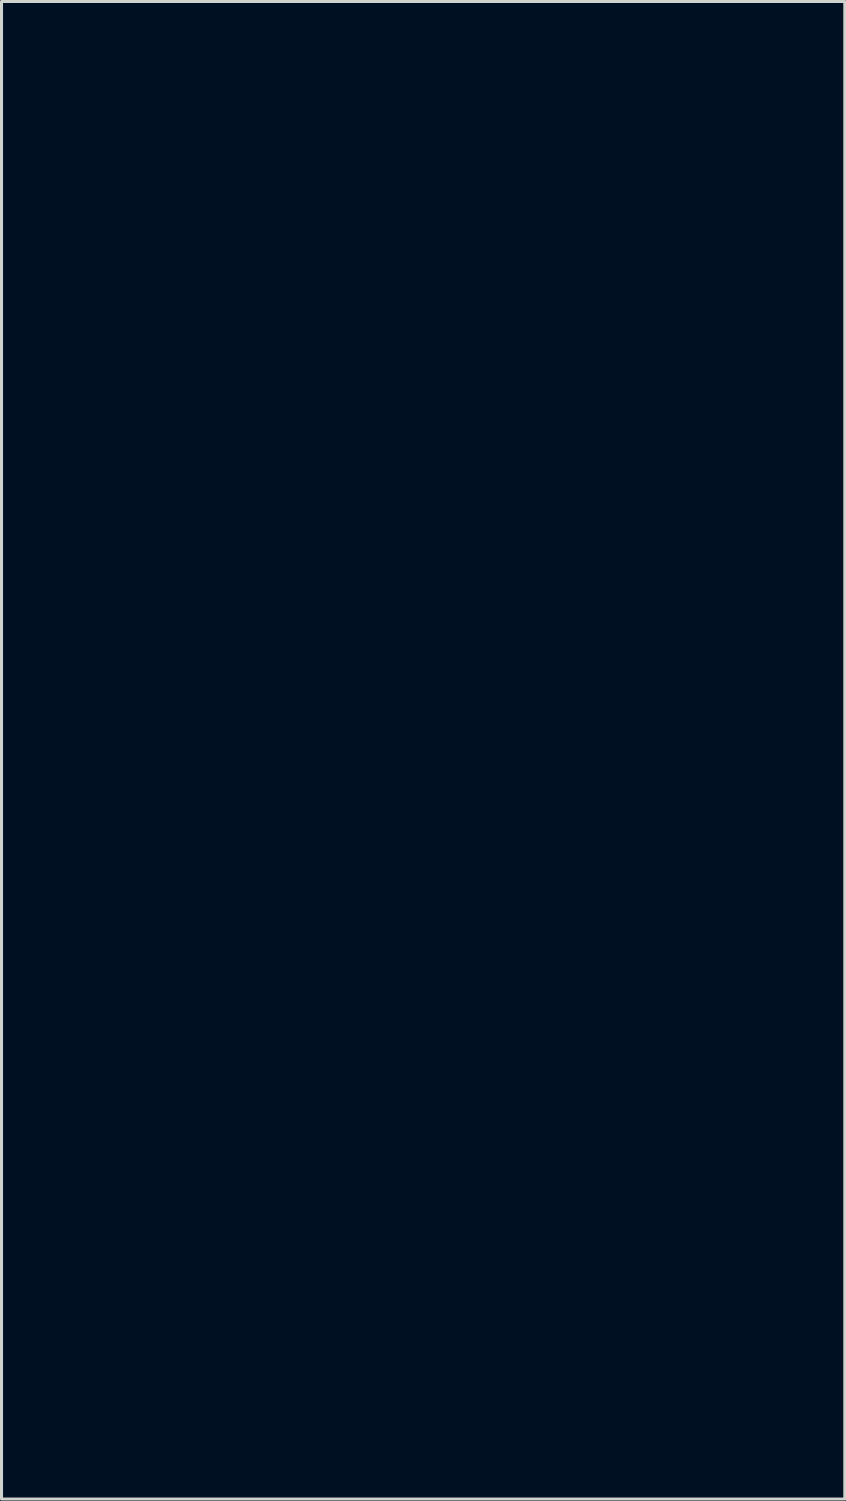
<source format=kicad_pcb>
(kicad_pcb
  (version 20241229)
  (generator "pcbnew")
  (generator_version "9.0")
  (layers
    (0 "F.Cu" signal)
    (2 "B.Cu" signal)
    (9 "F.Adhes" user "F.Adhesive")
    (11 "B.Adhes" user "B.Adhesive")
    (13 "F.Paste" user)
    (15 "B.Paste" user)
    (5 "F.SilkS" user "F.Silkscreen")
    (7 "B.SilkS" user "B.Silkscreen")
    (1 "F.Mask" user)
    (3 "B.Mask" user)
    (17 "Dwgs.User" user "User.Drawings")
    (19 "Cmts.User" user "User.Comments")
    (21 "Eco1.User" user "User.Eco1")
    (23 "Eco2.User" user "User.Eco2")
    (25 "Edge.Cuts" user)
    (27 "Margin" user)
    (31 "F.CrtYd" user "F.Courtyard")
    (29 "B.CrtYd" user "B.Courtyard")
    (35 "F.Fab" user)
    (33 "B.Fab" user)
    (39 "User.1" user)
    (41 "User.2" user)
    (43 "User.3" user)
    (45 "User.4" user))
  (footprint "LlamaWhiteSilk"
    (layer "F.Cu")
    (at 10.893 21.681)
    (property "Reference" "LlamaWhiteSilk" (at 0 0 0) (layer "F.Mask") (effects (font (size 1.524 1.524) (thickness 0.3))))
    (attr through_hole)
    (fp_poly (pts (xy -0.244 -21.676) (xy -0.168 -21.674) (xy -0.098 -21.671) (xy -0.037 -21.667) (xy 0.002 -21.663) (xy 0.18 -21.629) (xy 0.355 -21.58) (xy 0.525 -21.515) (xy 0.689 -21.435) (xy 0.846 -21.34) (xy 0.994 -21.232) (xy 1.132 -21.111) (xy 1.16 -21.084) (xy 1.281 -20.955) (xy 1.386 -20.822) (xy 1.478 -20.682) (xy 1.557 -20.538) (xy 1.609 -20.433) (xy 1.7 -20.492) (xy 1.758 -20.528) (xy 1.827 -20.567) (xy 1.903 -20.606) (xy 1.98 -20.644) (xy 2.053 -20.677) (xy 2.118 -20.703) (xy 2.124 -20.706) (xy 2.296 -20.76) (xy 2.473 -20.798) (xy 2.653 -20.821) (xy 2.835 -20.827) (xy 3.018 -20.818) (xy 3.199 -20.793) (xy 3.379 -20.753) (xy 3.479 -20.722) (xy 3.647 -20.658) (xy 3.809 -20.579) (xy 3.963 -20.485) (xy 4.11 -20.378) (xy 4.246 -20.259) (xy 4.373 -20.128) (xy 4.487 -19.987) (xy 4.589 -19.836) (xy 4.671 -19.688) (xy 4.723 -19.576) (xy 4.769 -19.459) (xy 4.808 -19.342) (xy 4.838 -19.23) (xy 4.844 -19.202) (xy 4.851 -19.173) (xy 4.857 -19.158) (xy 4.865 -19.151) (xy 4.876 -19.151) (xy 4.891 -19.152) (xy 4.92 -19.154) (xy 4.959 -19.157) (xy 5.003 -19.161) (xy 5.015 -19.162) (xy 5.115 -19.166) (xy 5.223 -19.164) (xy 5.335 -19.157) (xy 5.443 -19.145) (xy 5.492 -19.137) (xy 5.673 -19.098) (xy 5.847 -19.042) (xy 6.015 -18.973) (xy 6.175 -18.889) (xy 6.327 -18.793) (xy 6.469 -18.684) (xy 6.601 -18.563) (xy 6.722 -18.431) (xy 6.832 -18.289) (xy 6.929 -18.137) (xy 7.012 -17.976) (xy 7.082 -17.807) (xy 7.1 -17.754) (xy 7.138 -17.628) (xy 7.166 -17.51) (xy 7.186 -17.393) (xy 7.198 -17.274) (xy 7.203 -17.145) (xy 7.204 -17.101) (xy 7.196 -16.912) (xy 7.173 -16.729) (xy 7.134 -16.552) (xy 7.079 -16.38) (xy 7.008 -16.214) (xy 6.921 -16.051) (xy 6.818 -15.893) (xy 6.747 -15.798) (xy 6.708 -15.751) (xy 6.658 -15.698) (xy 6.602 -15.641) (xy 6.542 -15.584) (xy 6.482 -15.53) (xy 6.426 -15.482) (xy 6.39 -15.454) (xy 6.236 -15.348) (xy 6.08 -15.259) (xy 5.919 -15.185) (xy 5.753 -15.126) (xy 5.58 -15.081) (xy 5.399 -15.051) (xy 5.28 -15.039) (xy 5.148 -15.029) (xy 5.143 -14.939) (xy 5.123 -14.745) (xy 5.087 -14.559) (xy 5.037 -14.38) (xy 4.971 -14.208) (xy 4.891 -14.043) (xy 4.843 -13.962) (xy 4.739 -13.807) (xy 4.622 -13.664) (xy 4.493 -13.531) (xy 4.353 -13.411) (xy 4.204 -13.304) (xy 4.045 -13.21) (xy 3.893 -13.137) (xy 3.72 -13.072) (xy 3.543 -13.023) (xy 3.365 -12.99) (xy 3.185 -12.973) (xy 3.005 -12.971) (xy 2.826 -12.986) (xy 2.65 -13.015) (xy 2.476 -13.06) (xy 2.306 -13.12) (xy 2.141 -13.195) (xy 1.982 -13.285) (xy 1.831 -13.39) (xy 1.702 -13.495) (xy 1.639 -13.551) (xy 1.604 -13.468) (xy 1.526 -13.304) (xy 1.433 -13.149) (xy 1.328 -13.002) (xy 1.21 -12.866) (xy 1.081 -12.741) (xy 0.943 -12.626) (xy 0.795 -12.525) (xy 0.639 -12.436) (xy 0.476 -12.362) (xy 0.307 -12.302) (xy 0.144 -12.26) (xy 0.054 -12.244) (xy -0.044 -12.231) (xy -0.148 -12.222) (xy -0.252 -12.217) (xy -0.352 -12.215) (xy -0.443 -12.218) (xy -0.491 -12.222) (xy -0.68 -12.25) (xy -0.863 -12.293) (xy -1.04 -12.353) (xy -1.21 -12.427) (xy -1.373 -12.517) (xy -1.528 -12.622) (xy -1.532 -12.625) (xy -1.584 -12.666) (xy -1.643 -12.717) (xy -1.704 -12.773) (xy -1.766 -12.833) (xy -1.822 -12.89) (xy -1.87 -12.943) (xy -1.884 -12.959) (xy -1.944 -13.036) (xy -2.005 -13.124) (xy -2.064 -13.219) (xy -2.119 -13.316) (xy -2.169 -13.413) (xy -2.21 -13.504) (xy -2.23 -13.555) (xy -2.242 -13.589) (xy -2.253 -13.619) (xy -2.26 -13.639) (xy -2.261 -13.643) (xy -2.265 -13.649) (xy -2.269 -13.651) (xy -2.278 -13.648) (xy -2.291 -13.638) (xy -2.312 -13.62) (xy -2.341 -13.592) (xy -2.377 -13.558) (xy -2.519 -13.431) (xy -2.67 -13.319) (xy -2.827 -13.223) (xy -2.992 -13.142) (xy -3.164 -13.076) (xy -3.344 -13.025) (xy -3.531 -12.99) (xy -3.553 -12.986) (xy -3.632 -12.978) (xy -3.723 -12.974) (xy -3.82 -12.973) (xy -3.918 -12.975) (xy -4.011 -12.98) (xy -4.095 -12.989) (xy -4.112 -12.991) (xy -4.298 -13.027) (xy -4.477 -13.079) (xy -4.65 -13.146) (xy -4.815 -13.227) (xy -4.971 -13.323) (xy -5.119 -13.432) (xy -5.256 -13.555) (xy -5.383 -13.69) (xy -5.499 -13.838) (xy -5.546 -13.906) (xy -5.588 -13.974) (xy -5.631 -14.052) (xy -5.674 -14.135) (xy -5.713 -14.219) (xy -5.747 -14.299) (xy -5.77 -14.364) (xy -5.811 -14.497) (xy -5.841 -14.625) (xy -5.862 -14.753) (xy -5.875 -14.887) (xy -5.88 -14.971) (xy -5.882 -15.024) (xy -5.884 -15.062) (xy -5.885 -15.088) (xy -5.888 -15.104) (xy -5.891 -15.112) (xy -5.896 -15.115) (xy -5.902 -15.114) (xy -5.903 -15.114) (xy -5.918 -15.11) (xy -5.945 -15.104) (xy -5.981 -15.095) (xy -6.014 -15.088) (xy -6.099 -15.069) (xy -6.178 -15.055) (xy -6.257 -15.046) (xy -6.339 -15.04) (xy -6.431 -15.037) (xy -6.479 -15.037) (xy -6.564 -15.038) (xy -6.638 -15.04) (xy -6.705 -15.045) (xy -6.769 -15.053) (xy -6.838 -15.064) (xy -6.914 -15.079) (xy -6.919 -15.08) (xy -7.094 -15.125) (xy -7.263 -15.185) (xy -7.426 -15.261) (xy -7.582 -15.35) (xy -7.73 -15.453) (xy -7.868 -15.568) (xy -7.997 -15.695) (xy -8.114 -15.832) (xy -8.22 -15.98) (xy -8.312 -16.137) (xy -8.341 -16.196) (xy -8.413 -16.363) (xy -8.47 -16.535) (xy -8.511 -16.711) (xy -8.537 -16.89) (xy -8.547 -17.07) (xy -8.542 -17.25) (xy -8.522 -17.429) (xy -8.487 -17.605) (xy -8.436 -17.778) (xy -8.37 -17.945) (xy -8.294 -18.096) (xy -8.224 -18.215) (xy -8.148 -18.324) (xy -8.065 -18.429) (xy -7.97 -18.533) (xy -7.961 -18.543) (xy -7.824 -18.671) (xy -7.678 -18.786) (xy -7.522 -18.886) (xy -7.358 -18.973) (xy -7.186 -19.044) (xy -7.016 -19.098) (xy -6.874 -19.13) (xy -6.724 -19.152) (xy -6.569 -19.164) (xy -6.415 -19.165) (xy -6.265 -19.156) (xy -6.145 -19.14) (xy -6.109 -19.133) (xy -6.065 -19.125) (xy -6.019 -19.114) (xy -5.975 -19.104) (xy -5.935 -19.095) (xy -5.905 -19.087) (xy -5.889 -19.082) (xy -5.88 -19.081) (xy -5.875 -19.091) (xy -5.87 -19.113) (xy -5.87 -19.117) (xy -5.841 -19.296) (xy -5.801 -19.463) (xy -5.75 -19.62) (xy -5.686 -19.771) (xy -5.61 -19.917) (xy -5.545 -20.022) (xy -5.489 -20.105) (xy -5.435 -20.177) (xy -5.379 -20.244) (xy -5.317 -20.311) (xy -5.278 -20.352) (xy -5.137 -20.48) (xy -4.989 -20.594) (xy -4.834 -20.693) (xy -4.671 -20.776) (xy -4.502 -20.843) (xy -4.327 -20.896) (xy -4.147 -20.932) (xy -3.961 -20.952) (xy -3.817 -20.956) (xy -3.683 -20.953) (xy -3.559 -20.943) (xy -3.439 -20.925) (xy -3.32 -20.899) (xy -3.245 -20.879) (xy -3.069 -20.82) (xy -2.901 -20.746) (xy -2.741 -20.657) (xy -2.588 -20.553) (xy -2.443 -20.434) (xy -2.364 -20.36) (xy -2.261 -20.258) (xy -2.226 -20.351) (xy -2.151 -20.522) (xy -2.062 -20.685) (xy -1.959 -20.839) (xy -1.84 -20.985) (xy -1.725 -21.105) (xy -1.586 -21.229) (xy -1.437 -21.338) (xy -1.279 -21.434) (xy -1.114 -21.514) (xy -0.942 -21.58) (xy -0.762 -21.63) (xy -0.58 -21.664) (xy -0.531 -21.669) (xy -0.47 -21.672) (xy -0.399 -21.675) (xy -0.322 -21.676) (xy -0.244 -21.676)) (stroke (width 0.01) (type solid)) (fill yes) (layer "F.Mask"))
    (fp_poly (pts (xy -8.646 -2.878) (xy -8.454 -2.857) (xy -8.268 -2.82) (xy -8.089 -2.767) (xy -7.915 -2.699) (xy -7.748 -2.615) (xy -7.587 -2.515) (xy -7.504 -2.455) (xy -7.448 -2.411) (xy -7.387 -2.357) (xy -7.322 -2.297) (xy -7.259 -2.234) (xy -7.2 -2.173) (xy -7.15 -2.116) (xy -7.135 -2.098) (xy -7.033 -1.96) (xy -6.942 -1.813) (xy -6.862 -1.659) (xy -6.796 -1.502) (xy -6.75 -1.363) (xy -6.727 -1.282) (xy -6.616 -1.392) (xy -6.474 -1.521) (xy -6.325 -1.635) (xy -6.168 -1.734) (xy -6.003 -1.818) (xy -5.829 -1.888) (xy -5.648 -1.943) (xy -5.485 -1.978) (xy -5.446 -1.985) (xy -5.411 -1.99) (xy -5.378 -1.994) (xy -5.343 -1.997) (xy -5.303 -1.999) (xy -5.255 -2) (xy -5.196 -2.001) (xy -5.138 -2.001) (xy -5.05 -2.001) (xy -4.975 -1.999) (xy -4.91 -1.996) (xy -4.851 -1.991) (xy -4.794 -1.983) (xy -4.735 -1.972) (xy -4.672 -1.958) (xy -4.623 -1.947) (xy -4.443 -1.894) (xy -4.27 -1.825) (xy -4.104 -1.742) (xy -3.946 -1.646) (xy -3.797 -1.535) (xy -3.658 -1.412) (xy -3.53 -1.278) (xy -3.414 -1.132) (xy -3.331 -1.007) (xy -3.278 -0.915) (xy -3.227 -0.813) (xy -3.179 -0.706) (xy -3.137 -0.598) (xy -3.101 -0.492) (xy -3.074 -0.394) (xy -3.067 -0.361) (xy -3.052 -0.287) (xy -2.992 -0.294) (xy -2.967 -0.296) (xy -2.927 -0.297) (xy -2.878 -0.299) (xy -2.821 -0.3) (xy -2.76 -0.3) (xy -2.725 -0.3) (xy -2.655 -0.3) (xy -2.598 -0.299) (xy -2.551 -0.297) (xy -2.511 -0.294) (xy -2.475 -0.29) (xy -2.438 -0.285) (xy -2.41 -0.28) (xy -2.221 -0.239) (xy -2.04 -0.182) (xy -1.867 -0.111) (xy -1.702 -0.024) (xy -1.545 0.077) (xy -1.396 0.193) (xy -1.296 0.283) (xy -1.24 0.339) (xy -1.183 0.401) (xy -1.128 0.465) (xy -1.077 0.527) (xy -1.035 0.583) (xy -1.024 0.599) (xy -1.008 0.622) (xy -0.996 0.638) (xy -0.99 0.643) (xy -0.983 0.637) (xy -0.969 0.62) (xy -0.952 0.6) (xy -0.923 0.566) (xy -0.884 0.524) (xy -0.839 0.478) (xy -0.79 0.43) (xy -0.741 0.384) (xy -0.695 0.344) (xy -0.664 0.318) (xy -0.516 0.208) (xy -0.362 0.113) (xy -0.203 0.033) (xy -0.035 -0.033) (xy 0.141 -0.086) (xy 0.327 -0.126) (xy 0.394 -0.137) (xy 0.441 -0.142) (xy 0.501 -0.145) (xy 0.57 -0.148) (xy 0.645 -0.148) (xy 0.722 -0.148) (xy 0.797 -0.146) (xy 0.866 -0.142) (xy 0.926 -0.137) (xy 0.965 -0.133) (xy 1.114 -0.104) (xy 1.263 -0.065) (xy 1.409 -0.017) (xy 1.546 0.039) (xy 1.667 0.099) (xy 1.723 0.132) (xy 1.787 0.173) (xy 1.854 0.218) (xy 1.92 0.264) (xy 1.979 0.308) (xy 2.017 0.338) (xy 2.049 0.364) (xy 2.075 0.385) (xy 2.094 0.399) (xy 2.102 0.405) (xy 2.103 0.405) (xy 2.106 0.396) (xy 2.114 0.375) (xy 2.124 0.346) (xy 2.128 0.335) (xy 2.166 0.243) (xy 2.214 0.143) (xy 2.27 0.04) (xy 2.332 -0.062) (xy 2.398 -0.16) (xy 2.46 -0.241) (xy 2.581 -0.379) (xy 2.714 -0.505) (xy 2.858 -0.62) (xy 3.011 -0.722) (xy 3.173 -0.811) (xy 3.341 -0.886) (xy 3.515 -0.945) (xy 3.588 -0.965) (xy 3.771 -1.002) (xy 3.954 -1.022) (xy 4.138 -1.027) (xy 4.32 -1.016) (xy 4.501 -0.99) (xy 4.677 -0.948) (xy 4.85 -0.892) (xy 5.017 -0.821) (xy 5.177 -0.735) (xy 5.33 -0.636) (xy 5.474 -0.523) (xy 5.557 -0.447) (xy 5.643 -0.364) (xy 5.649 -0.446) (xy 5.671 -0.642) (xy 5.708 -0.831) (xy 5.76 -1.013) (xy 5.828 -1.188) (xy 5.911 -1.356) (xy 6.008 -1.516) (xy 6.121 -1.669) (xy 6.123 -1.672) (xy 6.162 -1.716) (xy 6.21 -1.768) (xy 6.263 -1.822) (xy 6.318 -1.877) (xy 6.372 -1.927) (xy 6.421 -1.97) (xy 6.445 -1.99) (xy 6.598 -2.101) (xy 6.76 -2.196) (xy 6.929 -2.277) (xy 7.107 -2.344) (xy 7.291 -2.395) (xy 7.457 -2.427) (xy 7.513 -2.433) (xy 7.583 -2.438) (xy 7.661 -2.441) (xy 7.744 -2.442) (xy 7.828 -2.442) (xy 7.909 -2.439) (xy 7.983 -2.435) (xy 8.045 -2.429) (xy 8.066 -2.426) (xy 8.257 -2.388) (xy 8.44 -2.336) (xy 8.614 -2.269) (xy 8.781 -2.187) (xy 8.939 -2.09) (xy 9.089 -1.978) (xy 9.232 -1.851) (xy 9.289 -1.793) (xy 9.414 -1.651) (xy 9.524 -1.501) (xy 9.62 -1.341) (xy 9.701 -1.174) (xy 9.768 -0.998) (xy 9.819 -0.814) (xy 9.856 -0.622) (xy 9.857 -0.614) (xy 9.863 -0.56) (xy 9.868 -0.495) (xy 9.871 -0.422) (xy 9.872 -0.345) (xy 9.872 -0.269) (xy 9.87 -0.196) (xy 9.867 -0.133) (xy 9.862 -0.082) (xy 9.862 -0.08) (xy 9.827 0.112) (xy 9.777 0.297) (xy 9.713 0.474) (xy 9.635 0.643) (xy 9.543 0.803) (xy 9.438 0.954) (xy 9.383 1.022) (xy 9.31 1.108) (xy 9.376 1.158) (xy 9.521 1.28) (xy 9.654 1.413) (xy 9.773 1.556) (xy 9.879 1.709) (xy 9.972 1.87) (xy 10.049 2.04) (xy 10.112 2.217) (xy 10.16 2.401) (xy 10.188 2.552) (xy 10.193 2.604) (xy 10.198 2.669) (xy 10.201 2.742) (xy 10.202 2.818) (xy 10.202 2.895) (xy 10.201 2.967) (xy 10.198 3.032) (xy 10.193 3.084) (xy 10.192 3.094) (xy 10.157 3.287) (xy 10.108 3.471) (xy 10.045 3.646) (xy 9.967 3.814) (xy 9.874 3.974) (xy 9.766 4.127) (xy 9.689 4.222) (xy 9.621 4.3) (xy 9.673 4.41) (xy 9.745 4.579) (xy 9.8 4.752) (xy 9.84 4.93) (xy 9.865 5.11) (xy 9.874 5.291) (xy 9.868 5.472) (xy 9.847 5.653) (xy 9.811 5.83) (xy 9.759 6.004) (xy 9.693 6.173) (xy 9.611 6.335) (xy 9.576 6.395) (xy 9.559 6.424) (xy 9.546 6.446) (xy 9.539 6.459) (xy 9.539 6.461) (xy 9.544 6.468) (xy 9.559 6.485) (xy 9.582 6.509) (xy 9.607 6.536) (xy 9.733 6.676) (xy 9.844 6.826) (xy 9.941 6.983) (xy 10.023 7.148) (xy 10.09 7.318) (xy 10.142 7.494) (xy 10.179 7.674) (xy 10.2 7.858) (xy 10.205 8.044) (xy 10.194 8.231) (xy 10.169 8.401) (xy 10.127 8.582) (xy 10.069 8.757) (xy 9.995 8.928) (xy 9.905 9.092) (xy 9.799 9.252) (xy 9.759 9.307) (xy 9.693 9.392) (xy 9.743 9.468) (xy 9.771 9.513) (xy 9.804 9.571) (xy 9.838 9.636) (xy 9.873 9.704) (xy 9.905 9.773) (xy 9.933 9.836) (xy 9.956 9.891) (xy 9.957 9.896) (xy 9.987 9.986) (xy 10.015 10.086) (xy 10.039 10.191) (xy 10.056 10.279) (xy 10.064 10.34) (xy 10.071 10.413) (xy 10.076 10.495) (xy 10.079 10.579) (xy 10.08 10.663) (xy 10.078 10.74) (xy 10.074 10.808) (xy 10.073 10.826) (xy 10.045 11.013) (xy 10.001 11.196) (xy 9.941 11.374) (xy 9.866 11.545) (xy 9.847 11.583) (xy 9.831 11.616) (xy 9.819 11.641) (xy 9.812 11.654) (xy 9.811 11.656) (xy 9.817 11.662) (xy 9.834 11.675) (xy 9.859 11.691) (xy 9.871 11.698) (xy 9.959 11.756) (xy 10.051 11.826) (xy 10.145 11.904) (xy 10.237 11.989) (xy 10.324 12.076) (xy 10.402 12.164) (xy 10.455 12.23) (xy 10.562 12.387) (xy 10.655 12.551) (xy 10.731 12.722) (xy 10.792 12.899) (xy 10.837 13.082) (xy 10.864 13.245) (xy 10.87 13.307) (xy 10.873 13.382) (xy 10.875 13.464) (xy 10.874 13.55) (xy 10.872 13.634) (xy 10.867 13.714) (xy 10.861 13.785) (xy 10.855 13.83) (xy 10.828 13.966) (xy 10.791 14.106) (xy 10.745 14.244) (xy 10.706 14.34) (xy 10.688 14.379) (xy 10.665 14.427) (xy 10.639 14.478) (xy 10.612 14.528) (xy 10.588 14.572) (xy 10.568 14.607) (xy 10.566 14.61) (xy 10.56 14.62) (xy 10.558 14.63) (xy 10.561 14.642) (xy 10.571 14.661) (xy 10.587 14.688) (xy 10.599 14.708) (xy 10.686 14.864) (xy 10.76 15.03) (xy 10.82 15.204) (xy 10.866 15.384) (xy 10.893 15.542) (xy 10.896 15.581) (xy 10.899 15.633) (xy 10.901 15.695) (xy 10.901 15.763) (xy 10.901 15.835) (xy 10.9 15.905) (xy 10.898 15.972) (xy 10.895 16.031) (xy 10.892 16.079) (xy 10.889 16.102) (xy 10.854 16.29) (xy 10.803 16.472) (xy 10.737 16.647) (xy 10.655 16.815) (xy 10.558 16.976) (xy 10.446 17.13) (xy 10.318 17.276) (xy 10.314 17.281) (xy 10.24 17.359) (xy 10.317 17.437) (xy 10.436 17.571) (xy 10.544 17.717) (xy 10.64 17.872) (xy 10.722 18.034) (xy 10.789 18.201) (xy 10.83 18.332) (xy 10.848 18.398) (xy 10.862 18.455) (xy 10.874 18.506) (xy 10.882 18.555) (xy 10.888 18.604) (xy 10.893 18.657) (xy 10.895 18.716) (xy 10.897 18.785) (xy 10.897 18.867) (xy 10.897 18.9) (xy 10.897 18.979) (xy 10.897 19.044) (xy 10.896 19.097) (xy 10.894 19.14) (xy 10.892 19.176) (xy 10.889 19.207) (xy 10.885 19.235) (xy 10.882 19.251) (xy 10.84 19.438) (xy 10.784 19.616) (xy 10.714 19.787) (xy 10.689 19.839) (xy 10.618 19.972) (xy 10.544 20.092) (xy 10.461 20.205) (xy 10.367 20.314) (xy 10.306 20.38) (xy 10.166 20.511) (xy 10.018 20.627) (xy 9.861 20.729) (xy 9.697 20.816) (xy 9.524 20.888) (xy 9.345 20.945) (xy 9.158 20.986) (xy 9.107 20.994) (xy 9.042 21.002) (xy 8.966 21.008) (xy 8.882 21.012) (xy 8.796 21.014) (xy 8.714 21.014) (xy 8.639 21.011) (xy 8.603 21.008) (xy 8.415 20.982) (xy 8.232 20.94) (xy 8.054 20.883) (xy 7.882 20.809) (xy 7.717 20.721) (xy 7.559 20.617) (xy 7.409 20.499) (xy 7.389 20.482) (xy 7.32 20.421) (xy 7.234 20.506) (xy 7.175 20.563) (xy 7.124 20.61) (xy 7.077 20.65) (xy 7.03 20.688) (xy 6.979 20.725) (xy 6.928 20.759) (xy 6.773 20.854) (xy 6.612 20.934) (xy 6.445 21) (xy 6.27 21.052) (xy 6.085 21.091) (xy 6.022 21.102) (xy 5.981 21.106) (xy 5.926 21.109) (xy 5.862 21.111) (xy 5.793 21.113) (xy 5.721 21.113) (xy 5.651 21.112) (xy 5.586 21.109) (xy 5.529 21.106) (xy 5.486 21.102) (xy 5.485 21.102) (xy 5.294 21.067) (xy 5.11 21.017) (xy 4.933 20.951) (xy 4.764 20.87) (xy 4.602 20.775) (xy 4.449 20.664) (xy 4.304 20.539) (xy 4.283 20.52) (xy 4.183 20.423) (xy 4.136 20.506) (xy 4.036 20.666) (xy 3.922 20.815) (xy 3.797 20.953) (xy 3.661 21.079) (xy 3.515 21.193) (xy 3.36 21.293) (xy 3.196 21.38) (xy 3.024 21.452) (xy 2.845 21.509) (xy 2.751 21.532) (xy 2.667 21.549) (xy 2.589 21.561) (xy 2.509 21.57) (xy 2.425 21.575) (xy 2.33 21.577) (xy 2.289 21.577) (xy 2.2 21.576) (xy 2.123 21.573) (xy 2.054 21.568) (xy 1.986 21.559) (xy 1.916 21.547) (xy 1.838 21.531) (xy 1.823 21.527) (xy 1.646 21.479) (xy 1.474 21.415) (xy 1.308 21.336) (xy 1.15 21.244) (xy 1 21.137) (xy 0.86 21.019) (xy 0.731 20.889) (xy 0.614 20.748) (xy 0.509 20.596) (xy 0.485 20.557) (xy 0.465 20.524) (xy 0.448 20.498) (xy 0.436 20.48) (xy 0.431 20.474) (xy 0.425 20.481) (xy 0.415 20.498) (xy 0.411 20.506) (xy 0.383 20.558) (xy 0.344 20.619) (xy 0.298 20.685) (xy 0.245 20.755) (xy 0.189 20.824) (xy 0.131 20.891) (xy 0.073 20.952) (xy 0.072 20.953) (xy -0.006 21.029) (xy -0.081 21.095) (xy -0.158 21.156) (xy -0.242 21.216) (xy -0.267 21.232) (xy -0.426 21.328) (xy -0.592 21.408) (xy -0.763 21.473) (xy -0.938 21.523) (xy -1.117 21.558) (xy -1.297 21.577) (xy -1.479 21.58) (xy -1.66 21.568) (xy -1.84 21.54) (xy -2.018 21.497) (xy -2.193 21.438) (xy -2.364 21.363) (xy -2.456 21.315) (xy -2.557 21.254) (xy -2.662 21.182) (xy -2.756 21.111) (xy -2.793 21.079) (xy -2.837 21.04) (xy -2.884 20.995) (xy -2.932 20.947) (xy -2.979 20.899) (xy -3.021 20.855) (xy -3.056 20.815) (xy -3.081 20.785) (xy -3.097 20.764) (xy -3.11 20.749) (xy -3.115 20.745) (xy -3.122 20.751) (xy -3.136 20.769) (xy -3.157 20.795) (xy -3.182 20.828) (xy -3.191 20.84) (xy -3.291 20.962) (xy -3.403 21.08) (xy -3.525 21.19) (xy -3.653 21.29) (xy -3.711 21.331) (xy -3.773 21.369) (xy -3.844 21.41) (xy -3.922 21.451) (xy -4.001 21.49) (xy -4.079 21.525) (xy -4.149 21.554) (xy -4.194 21.57) (xy -4.293 21.6) (xy -4.4 21.628) (xy -4.507 21.651) (xy -4.579 21.663) (xy -4.625 21.669) (xy -4.684 21.673) (xy -4.751 21.677) (xy -4.823 21.679) (xy -4.895 21.681) (xy -4.963 21.681) (xy -5.023 21.679) (xy -5.071 21.676) (xy -5.078 21.676) (xy -5.271 21.648) (xy -5.456 21.604) (xy -5.635 21.545) (xy -5.807 21.47) (xy -5.971 21.381) (xy -6.129 21.275) (xy -6.229 21.197) (xy -6.275 21.157) (xy -6.327 21.108) (xy -6.382 21.052) (xy -6.438 20.994) (xy -6.49 20.936) (xy -6.536 20.882) (xy -6.567 20.843) (xy -6.599 20.798) (xy -6.635 20.746) (xy -6.671 20.69) (xy -6.706 20.633) (xy -6.737 20.579) (xy -6.763 20.533) (xy -6.78 20.496) (xy -6.78 20.496) (xy -6.792 20.471) (xy -6.801 20.454) (xy -6.806 20.449) (xy -6.813 20.455) (xy -6.829 20.471) (xy -6.849 20.495) (xy -6.86 20.509) (xy -6.969 20.632) (xy -7.092 20.747) (xy -7.227 20.854) (xy -7.37 20.951) (xy -7.521 21.037) (xy -7.676 21.111) (xy -7.835 21.17) (xy -7.939 21.2) (xy -8.018 21.22) (xy -8.087 21.235) (xy -8.152 21.247) (xy -8.216 21.255) (xy -8.283 21.261) (xy -8.358 21.264) (xy -8.445 21.265) (xy -8.477 21.265) (xy -8.566 21.265) (xy -8.642 21.263) (xy -8.709 21.259) (xy -8.771 21.253) (xy -8.831 21.245) (xy -8.893 21.233) (xy -8.96 21.218) (xy -9.008 21.206) (xy -9.092 21.183) (xy -9.168 21.159) (xy -9.242 21.132) (xy -9.319 21.1) (xy -9.403 21.06) (xy -9.424 21.05) (xy -9.591 20.958) (xy -9.746 20.854) (xy -9.891 20.736) (xy -10.024 20.607) (xy -10.145 20.467) (xy -10.254 20.315) (xy -10.35 20.154) (xy -10.432 19.982) (xy -10.449 19.94) (xy -10.509 19.768) (xy -10.554 19.59) (xy -10.583 19.409) (xy -10.596 19.226) (xy -10.594 19.042) (xy -10.577 18.859) (xy -10.543 18.678) (xy -10.494 18.501) (xy -10.455 18.392) (xy -10.386 18.233) (xy -10.304 18.082) (xy -10.209 17.936) (xy -10.099 17.795) (xy -10.009 17.693) (xy -9.929 17.607) (xy -9.989 17.549) (xy -10.108 17.42) (xy -10.216 17.279) (xy -10.313 17.127) (xy -10.396 16.966) (xy -10.467 16.798) (xy -10.523 16.624) (xy -10.565 16.445) (xy -10.576 16.382) (xy -10.583 16.328) (xy -10.588 16.262) (xy -10.592 16.187) (xy -10.594 16.109) (xy -10.595 16.031) (xy -10.594 15.959) (xy -10.592 15.895) (xy -10.589 15.861) (xy -10.569 15.712) (xy -10.54 15.57) (xy -10.5 15.431) (xy -10.45 15.292) (xy -10.388 15.151) (xy -10.313 15.005) (xy -10.292 14.968) (xy -10.273 14.934) (xy -10.322 14.854) (xy -10.411 14.691) (xy -10.486 14.52) (xy -10.546 14.341) (xy -10.591 14.153) (xy -10.611 14.037) (xy -10.617 13.978) (xy -10.622 13.906) (xy -10.625 13.826) (xy -10.625 13.743) (xy -10.624 13.66) (xy -10.621 13.583) (xy -10.616 13.515) (xy -10.611 13.472) (xy -10.574 13.28) (xy -10.522 13.096) (xy -10.456 12.92) (xy -10.375 12.752) (xy -10.278 12.592) (xy -10.167 12.439) (xy -10.159 12.429) (xy -10.098 12.358) (xy -10.027 12.284) (xy -9.951 12.21) (xy -9.872 12.139) (xy -9.792 12.074) (xy -9.716 12.017) (xy -9.646 11.971) (xy -9.644 11.97) (xy -9.593 11.939) (xy -9.678 11.883) (xy -9.79 11.803) (xy -9.902 11.711) (xy -10.009 11.611) (xy -10.108 11.507) (xy -10.194 11.403) (xy -10.2 11.395) (xy -10.307 11.24) (xy -10.398 11.079) (xy -10.474 10.912) (xy -10.535 10.74) (xy -10.581 10.565) (xy -10.611 10.387) (xy -10.627 10.207) (xy -10.627 10.027) (xy -10.611 9.848) (xy -10.58 9.67) (xy -10.534 9.494) (xy -10.472 9.322) (xy -10.395 9.154) (xy -10.302 8.991) (xy -10.29 8.973) (xy -10.195 8.84) (xy -10.089 8.711) (xy -9.972 8.591) (xy -9.849 8.482) (xy -9.722 8.386) (xy -9.715 8.382) (xy -9.683 8.359) (xy -9.656 8.34) (xy -9.638 8.325) (xy -9.632 8.318) (xy -9.636 8.308) (xy -9.646 8.287) (xy -9.661 8.258) (xy -9.67 8.242) (xy -9.697 8.187) (xy -9.726 8.121) (xy -9.756 8.049) (xy -9.784 7.975) (xy -9.809 7.904) (xy -9.826 7.849) (xy -9.868 7.673) (xy -9.895 7.492) (xy -9.906 7.309) (xy -9.902 7.127) (xy -9.883 6.946) (xy -9.848 6.769) (xy -9.798 6.596) (xy -9.789 6.572) (xy -9.761 6.493) (xy -9.812 6.444) (xy -9.937 6.311) (xy -10.048 6.168) (xy -10.146 6.016) (xy -10.231 5.856) (xy -10.301 5.69) (xy -10.356 5.519) (xy -10.397 5.342) (xy -10.423 5.163) (xy -10.434 4.98) (xy -10.429 4.797) (xy -10.408 4.613) (xy -10.373 4.439) (xy -10.328 4.284) (xy -10.268 4.129) (xy -10.195 3.975) (xy -10.112 3.829) (xy -10.019 3.692) (xy -9.963 3.619) (xy -9.901 3.544) (xy -9.927 3.509) (xy -10.038 3.349) (xy -10.132 3.182) (xy -10.211 3.009) (xy -10.274 2.83) (xy -10.321 2.645) (xy -10.352 2.459) (xy -10.357 2.405) (xy -10.36 2.339) (xy -10.362 2.265) (xy -10.361 2.187) (xy -10.36 2.111) (xy -10.357 2.04) (xy -10.352 1.979) (xy -10.349 1.951) (xy -10.315 1.766) (xy -10.267 1.585) (xy -10.204 1.412) (xy -10.127 1.246) (xy -10.037 1.089) (xy -10.012 1.052) (xy -9.994 1.024) (xy -9.979 1.002) (xy -9.971 0.988) (xy -9.97 0.986) (xy -9.977 0.98) (xy -9.993 0.966) (xy -10.017 0.948) (xy -10.019 0.946) (xy -10.099 0.883) (xy -10.181 0.812) (xy -10.261 0.737) (xy -10.337 0.66) (xy -10.404 0.585) (xy -10.45 0.529) (xy -10.554 0.379) (xy -10.646 0.221) (xy -10.724 0.056) (xy -10.788 -0.113) (xy -10.837 -0.284) (xy -10.837 -0.288) (xy -10.856 -0.372) (xy -10.869 -0.451) (xy -10.879 -0.529) (xy -10.885 -0.611) (xy -10.888 -0.702) (xy -10.888 -0.766) (xy -10.885 -0.909) (xy -10.874 -1.042) (xy -10.855 -1.168) (xy -10.827 -1.292) (xy -10.79 -1.42) (xy -10.787 -1.427) (xy -10.721 -1.601) (xy -10.641 -1.767) (xy -10.548 -1.924) (xy -10.443 -2.071) (xy -10.326 -2.207) (xy -10.199 -2.333) (xy -10.062 -2.447) (xy -9.916 -2.55) (xy -9.762 -2.639) (xy -9.601 -2.716) (xy -9.433 -2.779) (xy -9.26 -2.827) (xy -9.083 -2.861) (xy -8.901 -2.879) (xy -8.717 -2.881) (xy -8.646 -2.878)) (stroke (width 0.01) (type solid)) (fill yes) (layer "F.Mask")))
  (gr_rect
    (start -3 -3)
    (end 24.8 46.367)
    (stroke (width 0.1) (type default))
    (fill no)
    (layer "Edge.Cuts")))
</source>
